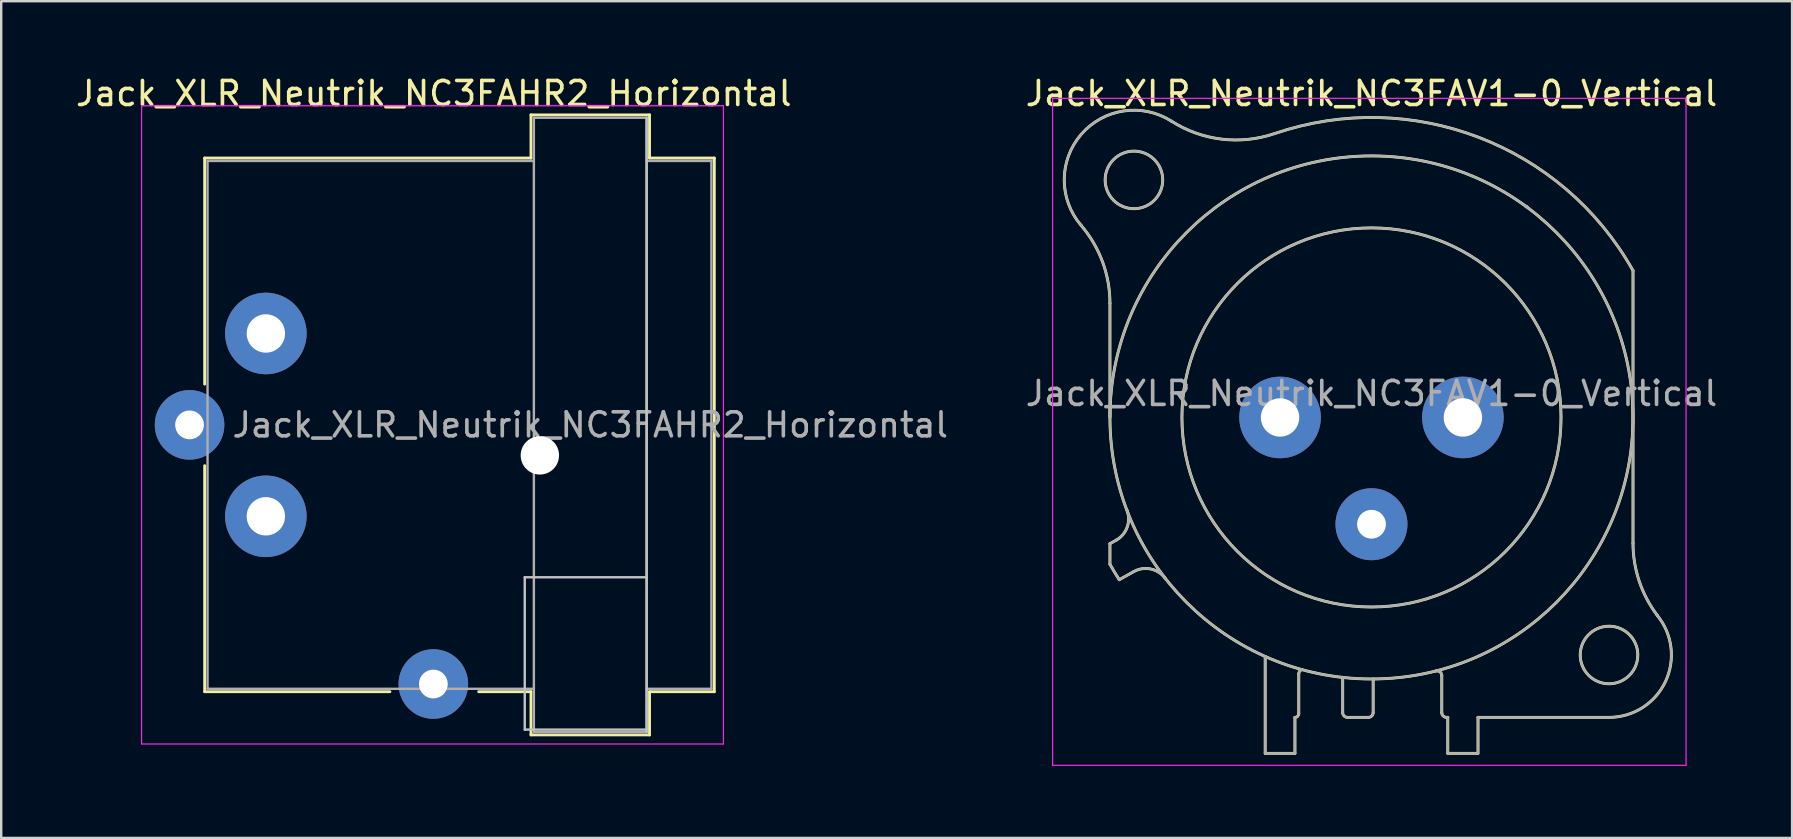
<source format=kicad_pcb>
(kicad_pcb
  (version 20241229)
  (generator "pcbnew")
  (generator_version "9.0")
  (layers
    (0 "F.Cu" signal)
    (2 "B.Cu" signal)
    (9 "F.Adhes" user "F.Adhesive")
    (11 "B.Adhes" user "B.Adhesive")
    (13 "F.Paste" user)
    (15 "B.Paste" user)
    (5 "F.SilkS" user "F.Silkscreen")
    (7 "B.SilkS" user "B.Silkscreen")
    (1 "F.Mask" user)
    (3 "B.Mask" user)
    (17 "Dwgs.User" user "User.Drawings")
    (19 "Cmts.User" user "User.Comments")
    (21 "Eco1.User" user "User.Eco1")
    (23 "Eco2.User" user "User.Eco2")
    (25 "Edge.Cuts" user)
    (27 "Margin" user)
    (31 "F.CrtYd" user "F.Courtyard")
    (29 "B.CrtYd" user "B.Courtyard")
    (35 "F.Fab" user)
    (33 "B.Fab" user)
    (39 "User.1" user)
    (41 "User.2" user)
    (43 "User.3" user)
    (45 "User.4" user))
  (footprint "Jack_XLR_Neutrik_NC3FAV1-0_Vertical"
    (layer "F.Cu")
    (at 57.919 14.348)
    (property "Reference" "Jack_XLR_Neutrik_NC3FAV1-0_Vertical" (at -3.81 -13.5 0) (layer "F.SilkS") (effects (font (size 1 1) (thickness 0.15))))
    (attr through_hole)
    (fp_line (start -14.71 0) (end -14.71 -4.76) (stroke (width 0.12) (type solid)) (layer "F.SilkS"))
    (fp_line (start -14.71 5.26) (end -14.71 6.12) (stroke (width 0.12) (type solid)) (layer "F.SilkS"))
    (fp_line (start -14.44 5.11) (end -14.71 5.26) (stroke (width 0.12) (type solid)) (layer "F.SilkS"))
    (fp_line (start -14.32 6.76) (end -13.71 6.42) (stroke (width 0.12) (type solid)) (layer "F.SilkS"))
    (fp_line (start -8.24 9.96) (end -8.24 14) (stroke (width 0.12) (type solid)) (layer "F.SilkS"))
    (fp_line (start -7 12.5) (end -7 14) (stroke (width 0.12) (type solid)) (layer "F.SilkS"))
    (fp_line (start -7 14) (end -8.24 14) (stroke (width 0.12) (type solid)) (layer "F.SilkS"))
    (fp_line (start -6.84 12.34) (end -6.84 10.69) (stroke (width 0.12) (type solid)) (layer "F.SilkS"))
    (fp_line (start -5.01 10.83) (end -5.01 12.3) (stroke (width 0.12) (type solid)) (layer "F.SilkS"))
    (fp_line (start -3.94 12.5) (end -4.81 12.5) (stroke (width 0.12) (type solid)) (layer "F.SilkS"))
    (fp_line (start -3.74 10.9) (end -3.74 12.3) (stroke (width 0.12) (type solid)) (layer "F.SilkS"))
    (fp_line (start -0.88 12.3) (end -0.88 10.76) (stroke (width 0.12) (type solid)) (layer "F.SilkS"))
    (fp_line (start -0.63 12.5) (end -0.68 12.5) (stroke (width 0.12) (type solid)) (layer "F.SilkS"))
    (fp_line (start -0.63 12.5) (end -0.63 14) (stroke (width 0.12) (type solid)) (layer "F.SilkS"))
    (fp_line (start 0.62 14) (end -0.63 14) (stroke (width 0.12) (type solid)) (layer "F.SilkS"))
    (fp_line (start 0.63 12.5) (end 6.09 12.5) (stroke (width 0.12) (type solid)) (layer "F.SilkS"))
    (fp_line (start 0.63 14) (end 0.63 12.5) (stroke (width 0.12) (type solid)) (layer "F.SilkS"))
    (fp_line (start 7.09 5.24) (end 7.09 -6.12) (stroke (width 0.12) (type solid)) (layer "F.SilkS"))
    (fp_arc (start -15.908829 -8.000856) (mid -15.019313 -6.48774) (end -14.71 -4.76) (stroke (width 0.12) (type solid)) (layer "F.SilkS"))
    (fp_arc (start -15.908236 -8.001617) (mid -15.907486 -11.799251) (end -12.15 -12.35) (stroke (width 0.12) (type solid)) (layer "F.SilkS"))
    (fp_arc (start -14.32314 6.763008) (mid -14.521396 6.444407) (end -14.71 6.12) (stroke (width 0.12) (type solid)) (layer "F.SilkS"))
    (fp_arc (start -14.004283 3.855674) (mid -13.989213 4.56375) (end -14.44 5.11) (stroke (width 0.12) (type solid)) (layer "F.SilkS"))
    (fp_arc (start -13.71 6.42) (mid -13.01025 6.315915) (end -12.412202 6.693832) (stroke (width 0.12) (type solid)) (layer "F.SilkS"))
    (fp_arc (start -7.848035 -11.831177) (mid -10.058192 -11.599923) (end -12.15 -12.35) (stroke (width 0.12) (type solid)) (layer "F.SilkS"))
    (fp_arc (start -7.841153 -11.83276) (mid 0.657009 -11.675197) (end 7.09 -6.12) (stroke (width 0.12) (type solid)) (layer "F.SilkS"))
    (fp_arc (start -6.84 10.69) (mid -6.803713 10.578321) (end -6.708713 10.509299) (stroke (width 0.12) (type solid)) (layer "F.SilkS"))
    (fp_arc (start -6.84 12.34) (mid -6.886863 12.453137) (end -7 12.5) (stroke (width 0.12) (type solid)) (layer "F.SilkS"))
    (fp_arc (start -4.81 12.5) (mid -4.951421 12.441421) (end -5.01 12.3) (stroke (width 0.12) (type solid)) (layer "F.SilkS"))
    (fp_arc (start -3.74 12.3) (mid -3.798579 12.441421) (end -3.94 12.5) (stroke (width 0.12) (type solid)) (layer "F.SilkS"))
    (fp_arc (start -1.1294 10.566197) (mid -0.957281 10.602076) (end -0.88 10.76) (stroke (width 0.12) (type solid)) (layer "F.SilkS"))
    (fp_arc (start -0.68 12.5) (mid -0.821421 12.441421) (end -0.88 12.3) (stroke (width 0.12) (type solid)) (layer "F.SilkS"))
    (fp_arc (start 2.636924 -8.782671) (mid 2.628394 -8.791269) (end 2.62 -8.8) (stroke (width 0.12) (type solid)) (layer "F.SilkS"))
    (fp_arc (start 2.680052 -8.767734) (mid 2.65973 -8.7835) (end 2.64 -8.8) (stroke (width 0.12) (type solid)) (layer "F.SilkS"))
    (fp_arc (start 8.095865 8.245761) (mid 8.441704 11.008824) (end 6.09 12.5) (stroke (width 0.12) (type solid)) (layer "F.SilkS"))
    (fp_arc (start 8.098032 8.243976) (mid 7.348729 6.824298) (end 7.09 5.24) (stroke (width 0.12) (type solid)) (layer "F.SilkS"))
    (fp_circle (center -13.71 -9.9) (end -12.51 -9.9) (stroke (width 0.12) (type solid)) (fill no) (layer "F.SilkS"))
    (fp_circle (center -3.81 0) (end 4.09 0) (stroke (width 0.12) (type solid)) (fill no) (layer "F.SilkS"))
    (fp_circle (center -3.81 0) (end 7.09 0) (stroke (width 0.12) (type solid)) (fill no) (layer "F.SilkS"))
    (fp_circle (center 6.09 9.9) (end 7.29 9.9) (stroke (width 0.12) (type solid)) (fill no) (layer "F.SilkS"))
    (fp_line (start -17.1 -13.3) (end 9.3 -13.3) (stroke (width 0.05) (type solid)) (layer "F.CrtYd"))
    (fp_line (start -17.1 14.5) (end -17.1 -13.3) (stroke (width 0.05) (type solid)) (layer "F.CrtYd"))
    (fp_line (start 9.3 -13.3) (end 9.3 14.5) (stroke (width 0.05) (type solid)) (layer "F.CrtYd"))
    (fp_line (start 9.3 14.5) (end -17.1 14.5) (stroke (width 0.05) (type solid)) (layer "F.CrtYd"))
    (fp_line (start -14.71 0) (end -14.71 -4.76) (stroke (width 0.1) (type solid)) (layer "F.Fab"))
    (fp_line (start -14.71 5.26) (end -14.71 6.12) (stroke (width 0.1) (type solid)) (layer "F.Fab"))
    (fp_line (start -14.44 5.11) (end -14.71 5.26) (stroke (width 0.1) (type solid)) (layer "F.Fab"))
    (fp_line (start -14.32 6.76) (end -13.71 6.42) (stroke (width 0.1) (type solid)) (layer "F.Fab"))
    (fp_line (start -8.24 9.96) (end -8.24 14) (stroke (width 0.1) (type solid)) (layer "F.Fab"))
    (fp_line (start -7 12.5) (end -7 14) (stroke (width 0.1) (type solid)) (layer "F.Fab"))
    (fp_line (start -7 14) (end -8.24 14) (stroke (width 0.1) (type solid)) (layer "F.Fab"))
    (fp_line (start -6.84 12.34) (end -6.84 10.69) (stroke (width 0.1) (type solid)) (layer "F.Fab"))
    (fp_line (start -5.01 10.83) (end -5.01 12.3) (stroke (width 0.1) (type solid)) (layer "F.Fab"))
    (fp_line (start -3.94 12.5) (end -4.81 12.5) (stroke (width 0.1) (type solid)) (layer "F.Fab"))
    (fp_line (start -3.74 10.9) (end -3.74 12.3) (stroke (width 0.1) (type solid)) (layer "F.Fab"))
    (fp_line (start -0.88 12.3) (end -0.88 10.76) (stroke (width 0.1) (type solid)) (layer "F.Fab"))
    (fp_line (start -0.63 12.5) (end -0.68 12.5) (stroke (width 0.1) (type solid)) (layer "F.Fab"))
    (fp_line (start -0.63 12.5) (end -0.63 14) (stroke (width 0.1) (type solid)) (layer "F.Fab"))
    (fp_line (start 0.62 14) (end -0.63 14) (stroke (width 0.1) (type solid)) (layer "F.Fab"))
    (fp_line (start 0.63 12.5) (end 6.09 12.5) (stroke (width 0.1) (type solid)) (layer "F.Fab"))
    (fp_line (start 0.63 14) (end 0.63 12.5) (stroke (width 0.1) (type solid)) (layer "F.Fab"))
    (fp_line (start 7.09 5.24) (end 7.09 -6.12) (stroke (width 0.1) (type solid)) (layer "F.Fab"))
    (fp_arc (start -15.908829 -8.000856) (mid -15.019313 -6.48774) (end -14.71 -4.76) (stroke (width 0.1) (type solid)) (layer "F.Fab"))
    (fp_arc (start -15.908236 -8.001617) (mid -15.907486 -11.799251) (end -12.15 -12.35) (stroke (width 0.1) (type solid)) (layer "F.Fab"))
    (fp_arc (start -14.32314 6.763008) (mid -14.521396 6.444407) (end -14.71 6.12) (stroke (width 0.1) (type solid)) (layer "F.Fab"))
    (fp_arc (start -14.004283 3.855674) (mid -13.989213 4.56375) (end -14.44 5.11) (stroke (width 0.1) (type solid)) (layer "F.Fab"))
    (fp_arc (start -13.71 6.42) (mid -13.01025 6.315915) (end -12.412202 6.693832) (stroke (width 0.1) (type solid)) (layer "F.Fab"))
    (fp_arc (start -7.848035 -11.831177) (mid -10.058192 -11.599923) (end -12.15 -12.35) (stroke (width 0.1) (type solid)) (layer "F.Fab"))
    (fp_arc (start -7.841153 -11.83276) (mid 0.657009 -11.675197) (end 7.09 -6.12) (stroke (width 0.1) (type solid)) (layer "F.Fab"))
    (fp_arc (start -6.84 10.69) (mid -6.803713 10.578321) (end -6.708713 10.509299) (stroke (width 0.1) (type solid)) (layer "F.Fab"))
    (fp_arc (start -6.84 12.34) (mid -6.886863 12.453137) (end -7 12.5) (stroke (width 0.1) (type solid)) (layer "F.Fab"))
    (fp_arc (start -4.81 12.5) (mid -4.951421 12.441421) (end -5.01 12.3) (stroke (width 0.1) (type solid)) (layer "F.Fab"))
    (fp_arc (start -3.74 12.3) (mid -3.798579 12.441421) (end -3.94 12.5) (stroke (width 0.1) (type solid)) (layer "F.Fab"))
    (fp_arc (start -1.1294 10.566197) (mid -0.957281 10.602076) (end -0.88 10.76) (stroke (width 0.1) (type solid)) (layer "F.Fab"))
    (fp_arc (start -0.68 12.5) (mid -0.821421 12.441421) (end -0.88 12.3) (stroke (width 0.1) (type solid)) (layer "F.Fab"))
    (fp_arc (start 2.636924 -8.782671) (mid 2.628394 -8.791269) (end 2.62 -8.8) (stroke (width 0.1) (type solid)) (layer "F.Fab"))
    (fp_arc (start 2.680052 -8.767734) (mid 2.65973 -8.7835) (end 2.64 -8.8) (stroke (width 0.1) (type solid)) (layer "F.Fab"))
    (fp_arc (start 8.095865 8.245761) (mid 8.441704 11.008824) (end 6.09 12.5) (stroke (width 0.1) (type solid)) (layer "F.Fab"))
    (fp_arc (start 8.098032 8.243976) (mid 7.348729 6.824298) (end 7.09 5.24) (stroke (width 0.1) (type solid)) (layer "F.Fab"))
    (fp_circle (center -13.71 -9.9) (end -12.51 -9.9) (stroke (width 0.1) (type solid)) (fill no) (layer "F.Fab"))
    (fp_circle (center -3.81 0) (end 4.09 0) (stroke (width 0.1) (type solid)) (fill no) (layer "F.Fab"))
    (fp_circle (center -3.81 0) (end 7.09 0) (stroke (width 0.1) (type solid)) (fill no) (layer "F.Fab"))
    (fp_circle (center 6.09 9.9) (end 7.29 9.9) (stroke (width 0.1) (type solid)) (fill no) (layer "F.Fab"))
    (fp_text user "${REFERENCE}" (at -3.81 -1 0) (layer "F.Fab") (effects (font (size 1 1) (thickness 0.15))))
    (pad "1" thru_hole circle (at 0 0) (size 3.4 3.4) (drill 1.6) (layers "*.Cu" "*.Mask"))
    (pad "2" thru_hole circle (at -7.62 0) (size 3.4 3.4) (drill 1.6) (layers "*.Cu" "*.Mask"))
    (pad "3" thru_hole circle (at -3.81 4.45) (size 3 3) (drill 1.2) (layers "*.Cu" "*.Mask")))
  (footprint "Jack_XLR_Neutrik_NC3FAHR2_Horizontal"
    (layer "F.Cu")
    (at 8.03 10.848)
    (property "Reference" "Jack_XLR_Neutrik_NC3FAHR2_Horizontal" (at 7 -10 0) (layer "F.SilkS") (effects (font (size 1 1) (thickness 0.15))))
    (attr through_hole)
    (fp_line (start -2.55 -7.31) (end -2.55 2.11) (stroke (width 0.12) (type solid)) (layer "F.SilkS"))
    (fp_line (start -2.55 5.51) (end -2.55 14.93) (stroke (width 0.12) (type solid)) (layer "F.SilkS"))
    (fp_line (start 5.17 14.93) (end -2.55 14.93) (stroke (width 0.12) (type solid)) (layer "F.SilkS"))
    (fp_line (start 11.05 -7.31) (end -2.55 -7.31) (stroke (width 0.12) (type solid)) (layer "F.SilkS"))
    (fp_line (start 11.05 -7.31) (end 11.05 -9.11) (stroke (width 0.12) (type solid)) (layer "F.SilkS"))
    (fp_line (start 11.05 14.93) (end 8.87 14.93) (stroke (width 0.12) (type solid)) (layer "F.SilkS"))
    (fp_line (start 11.05 16.73) (end 11.05 14.93) (stroke (width 0.12) (type solid)) (layer "F.SilkS"))
    (fp_line (start 15.99 -9.11) (end 11.05 -9.11) (stroke (width 0.12) (type solid)) (layer "F.SilkS"))
    (fp_line (start 15.99 -9.11) (end 15.99 -7.31) (stroke (width 0.12) (type solid)) (layer "F.SilkS"))
    (fp_line (start 15.99 -7.31) (end 18.69 -7.31) (stroke (width 0.12) (type solid)) (layer "F.SilkS"))
    (fp_line (start 15.99 14.93) (end 15.99 16.73) (stroke (width 0.12) (type solid)) (layer "F.SilkS"))
    (fp_line (start 15.99 14.93) (end 18.69 14.93) (stroke (width 0.12) (type solid)) (layer "F.SilkS"))
    (fp_line (start 15.99 16.73) (end 11.05 16.73) (stroke (width 0.12) (type solid)) (layer "F.SilkS"))
    (fp_line (start 18.69 -7.31) (end 18.69 14.93) (stroke (width 0.12) (type solid)) (layer "F.SilkS"))
    (fp_line (start 10.79 10.16) (end 10.79 16.51) (stroke (width 0.1) (type solid)) (layer "Dwgs.User"))
    (fp_line (start 10.79 16.51) (end 15.87 16.51) (stroke (width 0.1) (type solid)) (layer "Dwgs.User"))
    (fp_line (start 15.87 -8.99) (end 15.87 16.61) (stroke (width 0.1) (type solid)) (layer "Dwgs.User"))
    (fp_line (start 15.87 10.16) (end 10.79 10.16) (stroke (width 0.1) (type solid)) (layer "Dwgs.User"))
    (fp_line (start -5.18 -9.49) (end -5.18 17.11) (stroke (width 0.05) (type solid)) (layer "F.CrtYd"))
    (fp_line (start 19.07 -9.49) (end -5.18 -9.49) (stroke (width 0.05) (type solid)) (layer "F.CrtYd"))
    (fp_line (start 19.07 -9.49) (end 19.07 17.11) (stroke (width 0.05) (type solid)) (layer "F.CrtYd"))
    (fp_line (start 19.07 17.11) (end -5.18 17.11) (stroke (width 0.05) (type solid)) (layer "F.CrtYd"))
    (fp_line (start -2.43 -7.19) (end -2.43 14.81) (stroke (width 0.1) (type solid)) (layer "F.Fab"))
    (fp_line (start -2.43 14.81) (end 11.17 14.81) (stroke (width 0.1) (type solid)) (layer "F.Fab"))
    (fp_line (start 11.17 -8.99) (end 15.87 -8.99) (stroke (width 0.1) (type solid)) (layer "F.Fab"))
    (fp_line (start 11.17 -7.19) (end -2.43 -7.19) (stroke (width 0.1) (type solid)) (layer "F.Fab"))
    (fp_line (start 11.17 16.61) (end 11.17 -8.99) (stroke (width 0.1) (type solid)) (layer "F.Fab"))
    (fp_line (start 15.87 -8.99) (end 15.87 16.61) (stroke (width 0.1) (type solid)) (layer "F.Fab"))
    (fp_line (start 15.87 -7.19) (end 18.57 -7.19) (stroke (width 0.1) (type solid)) (layer "F.Fab"))
    (fp_line (start 15.87 16.61) (end 11.17 16.61) (stroke (width 0.1) (type solid)) (layer "F.Fab"))
    (fp_line (start 18.57 -7.19) (end 18.57 14.81) (stroke (width 0.1) (type solid)) (layer "F.Fab"))
    (fp_line (start 18.57 14.81) (end 15.87 14.81) (stroke (width 0.1) (type solid)) (layer "F.Fab"))
    (fp_text user "${REFERENCE}" (at 13.52 3.81 0) (layer "F.Fab") (effects (font (size 1 1) (thickness 0.15))))
    (pad "" np_thru_hole circle (at 11.42 5.08) (size 1.6 1.6) (drill 1.6) (layers "*.Cu" "*.Mask"))
    (pad "1" thru_hole circle (at 0 0) (size 3.4 3.4) (drill 1.6) (layers "*.Cu" "*.Mask"))
    (pad "2" thru_hole circle (at -3.18 3.81) (size 2.9 2.9) (drill 1.2) (layers "*.Cu" "*.Mask"))
    (pad "3" thru_hole circle (at 0 7.62) (size 3.4 3.4) (drill 1.6) (layers "*.Cu" "*.Mask"))
    (pad "G" thru_hole circle (at 6.98 14.61) (size 2.9 2.9) (drill 1.2) (layers "*.Cu" "*.Mask")))
  (gr_rect
    (start -3 -3)
    (end 71.639 31.873)
    (stroke (width 0.1) (type default))
    (fill no)
    (layer "Edge.Cuts")))
</source>
